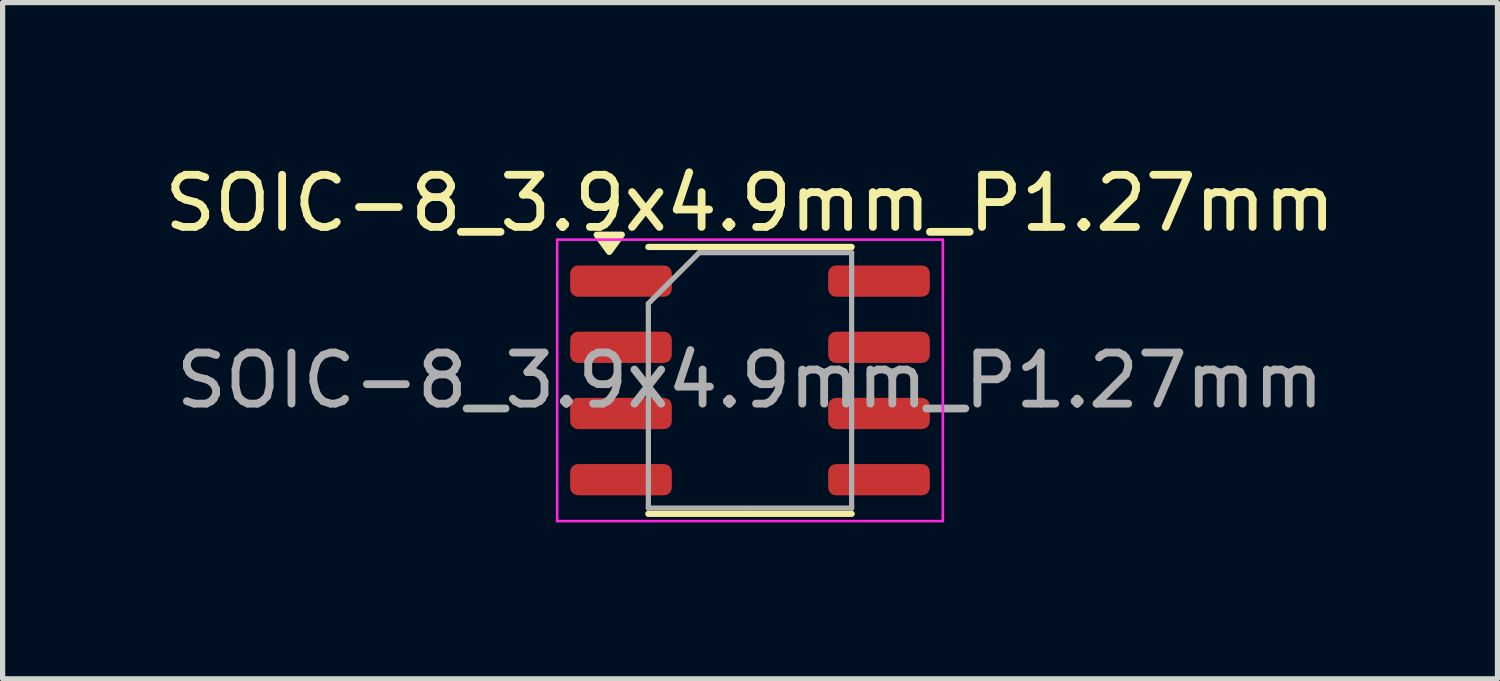
<source format=kicad_pcb>
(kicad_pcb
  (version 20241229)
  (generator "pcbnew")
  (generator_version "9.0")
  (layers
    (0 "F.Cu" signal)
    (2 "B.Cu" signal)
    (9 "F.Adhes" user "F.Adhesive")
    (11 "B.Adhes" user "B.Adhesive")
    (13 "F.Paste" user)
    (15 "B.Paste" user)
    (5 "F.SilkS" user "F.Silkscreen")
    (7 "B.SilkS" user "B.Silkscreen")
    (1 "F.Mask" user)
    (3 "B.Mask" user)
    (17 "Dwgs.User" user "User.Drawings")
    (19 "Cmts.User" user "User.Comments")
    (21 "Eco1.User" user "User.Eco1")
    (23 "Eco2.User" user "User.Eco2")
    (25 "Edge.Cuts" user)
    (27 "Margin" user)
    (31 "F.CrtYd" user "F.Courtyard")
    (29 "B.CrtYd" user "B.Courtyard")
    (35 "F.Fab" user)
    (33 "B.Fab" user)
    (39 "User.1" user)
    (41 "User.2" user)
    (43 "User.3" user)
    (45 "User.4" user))
  (footprint "SOIC-8_3.9x4.9mm_P1.27mm"
    (layer "F.Cu")
    (at 11.339 4.248)
    (property "Reference" "SOIC-8_3.9x4.9mm_P1.27mm" (at 0 -3.4 0) (layer "F.SilkS") (effects (font (size 1 1) (thickness 0.15))))
    (attr smd)
    (fp_line (start 0 -2.56) (end -1.95 -2.56) (stroke (width 0.12) (type solid)) (layer "F.SilkS"))
    (fp_line (start 0 -2.56) (end 1.95 -2.56) (stroke (width 0.12) (type solid)) (layer "F.SilkS"))
    (fp_line (start 0 2.56) (end -1.95 2.56) (stroke (width 0.12) (type solid)) (layer "F.SilkS"))
    (fp_line (start 0 2.56) (end 1.95 2.56) (stroke (width 0.12) (type solid)) (layer "F.SilkS"))
    (fp_poly (pts (xy -2.7 -2.465) (xy -2.94 -2.795) (xy -2.46 -2.795) (xy -2.7 -2.465)) (stroke (width 0.12) (type solid)) (fill yes) (layer "F.SilkS"))
    (fp_line (start -3.7 -2.7) (end -3.7 2.7) (stroke (width 0.05) (type solid)) (layer "F.CrtYd"))
    (fp_line (start -3.7 2.7) (end 3.7 2.7) (stroke (width 0.05) (type solid)) (layer "F.CrtYd"))
    (fp_line (start 3.7 -2.7) (end -3.7 -2.7) (stroke (width 0.05) (type solid)) (layer "F.CrtYd"))
    (fp_line (start 3.7 2.7) (end 3.7 -2.7) (stroke (width 0.05) (type solid)) (layer "F.CrtYd"))
    (fp_line (start -1.95 -1.475) (end -0.975 -2.45) (stroke (width 0.1) (type solid)) (layer "F.Fab"))
    (fp_line (start -1.95 2.45) (end -1.95 -1.475) (stroke (width 0.1) (type solid)) (layer "F.Fab"))
    (fp_line (start -0.975 -2.45) (end 1.95 -2.45) (stroke (width 0.1) (type solid)) (layer "F.Fab"))
    (fp_line (start 1.95 -2.45) (end 1.95 2.45) (stroke (width 0.1) (type solid)) (layer "F.Fab"))
    (fp_line (start 1.95 2.45) (end -1.95 2.45) (stroke (width 0.1) (type solid)) (layer "F.Fab"))
    (fp_text user "${REFERENCE}" (at 0 0 0) (layer "F.Fab") (effects (font (size 0.98 0.98) (thickness 0.15))))
    (pad "1" smd roundrect (at -2.475 -1.905) (size 1.95 0.6) (layers "F.Cu" "F.Mask" "F.Paste") (roundrect_rratio 0.25))
    (pad "2" smd roundrect (at -2.475 -0.635) (size 1.95 0.6) (layers "F.Cu" "F.Mask" "F.Paste") (roundrect_rratio 0.25))
    (pad "3" smd roundrect (at -2.475 0.635) (size 1.95 0.6) (layers "F.Cu" "F.Mask" "F.Paste") (roundrect_rratio 0.25))
    (pad "4" smd roundrect (at -2.475 1.905) (size 1.95 0.6) (layers "F.Cu" "F.Mask" "F.Paste") (roundrect_rratio 0.25))
    (pad "5" smd roundrect (at 2.475 1.905) (size 1.95 0.6) (layers "F.Cu" "F.Mask" "F.Paste") (roundrect_rratio 0.25))
    (pad "6" smd roundrect (at 2.475 0.635) (size 1.95 0.6) (layers "F.Cu" "F.Mask" "F.Paste") (roundrect_rratio 0.25))
    (pad "7" smd roundrect (at 2.475 -0.635) (size 1.95 0.6) (layers "F.Cu" "F.Mask" "F.Paste") (roundrect_rratio 0.25))
    (pad "8" smd roundrect (at 2.475 -1.905) (size 1.95 0.6) (layers "F.Cu" "F.Mask" "F.Paste") (roundrect_rratio 0.25)))
  (gr_rect
    (start -3 -3)
    (end 25.679 9.973)
    (stroke (width 0.1) (type default))
    (fill no)
    (layer "Edge.Cuts")))
</source>
